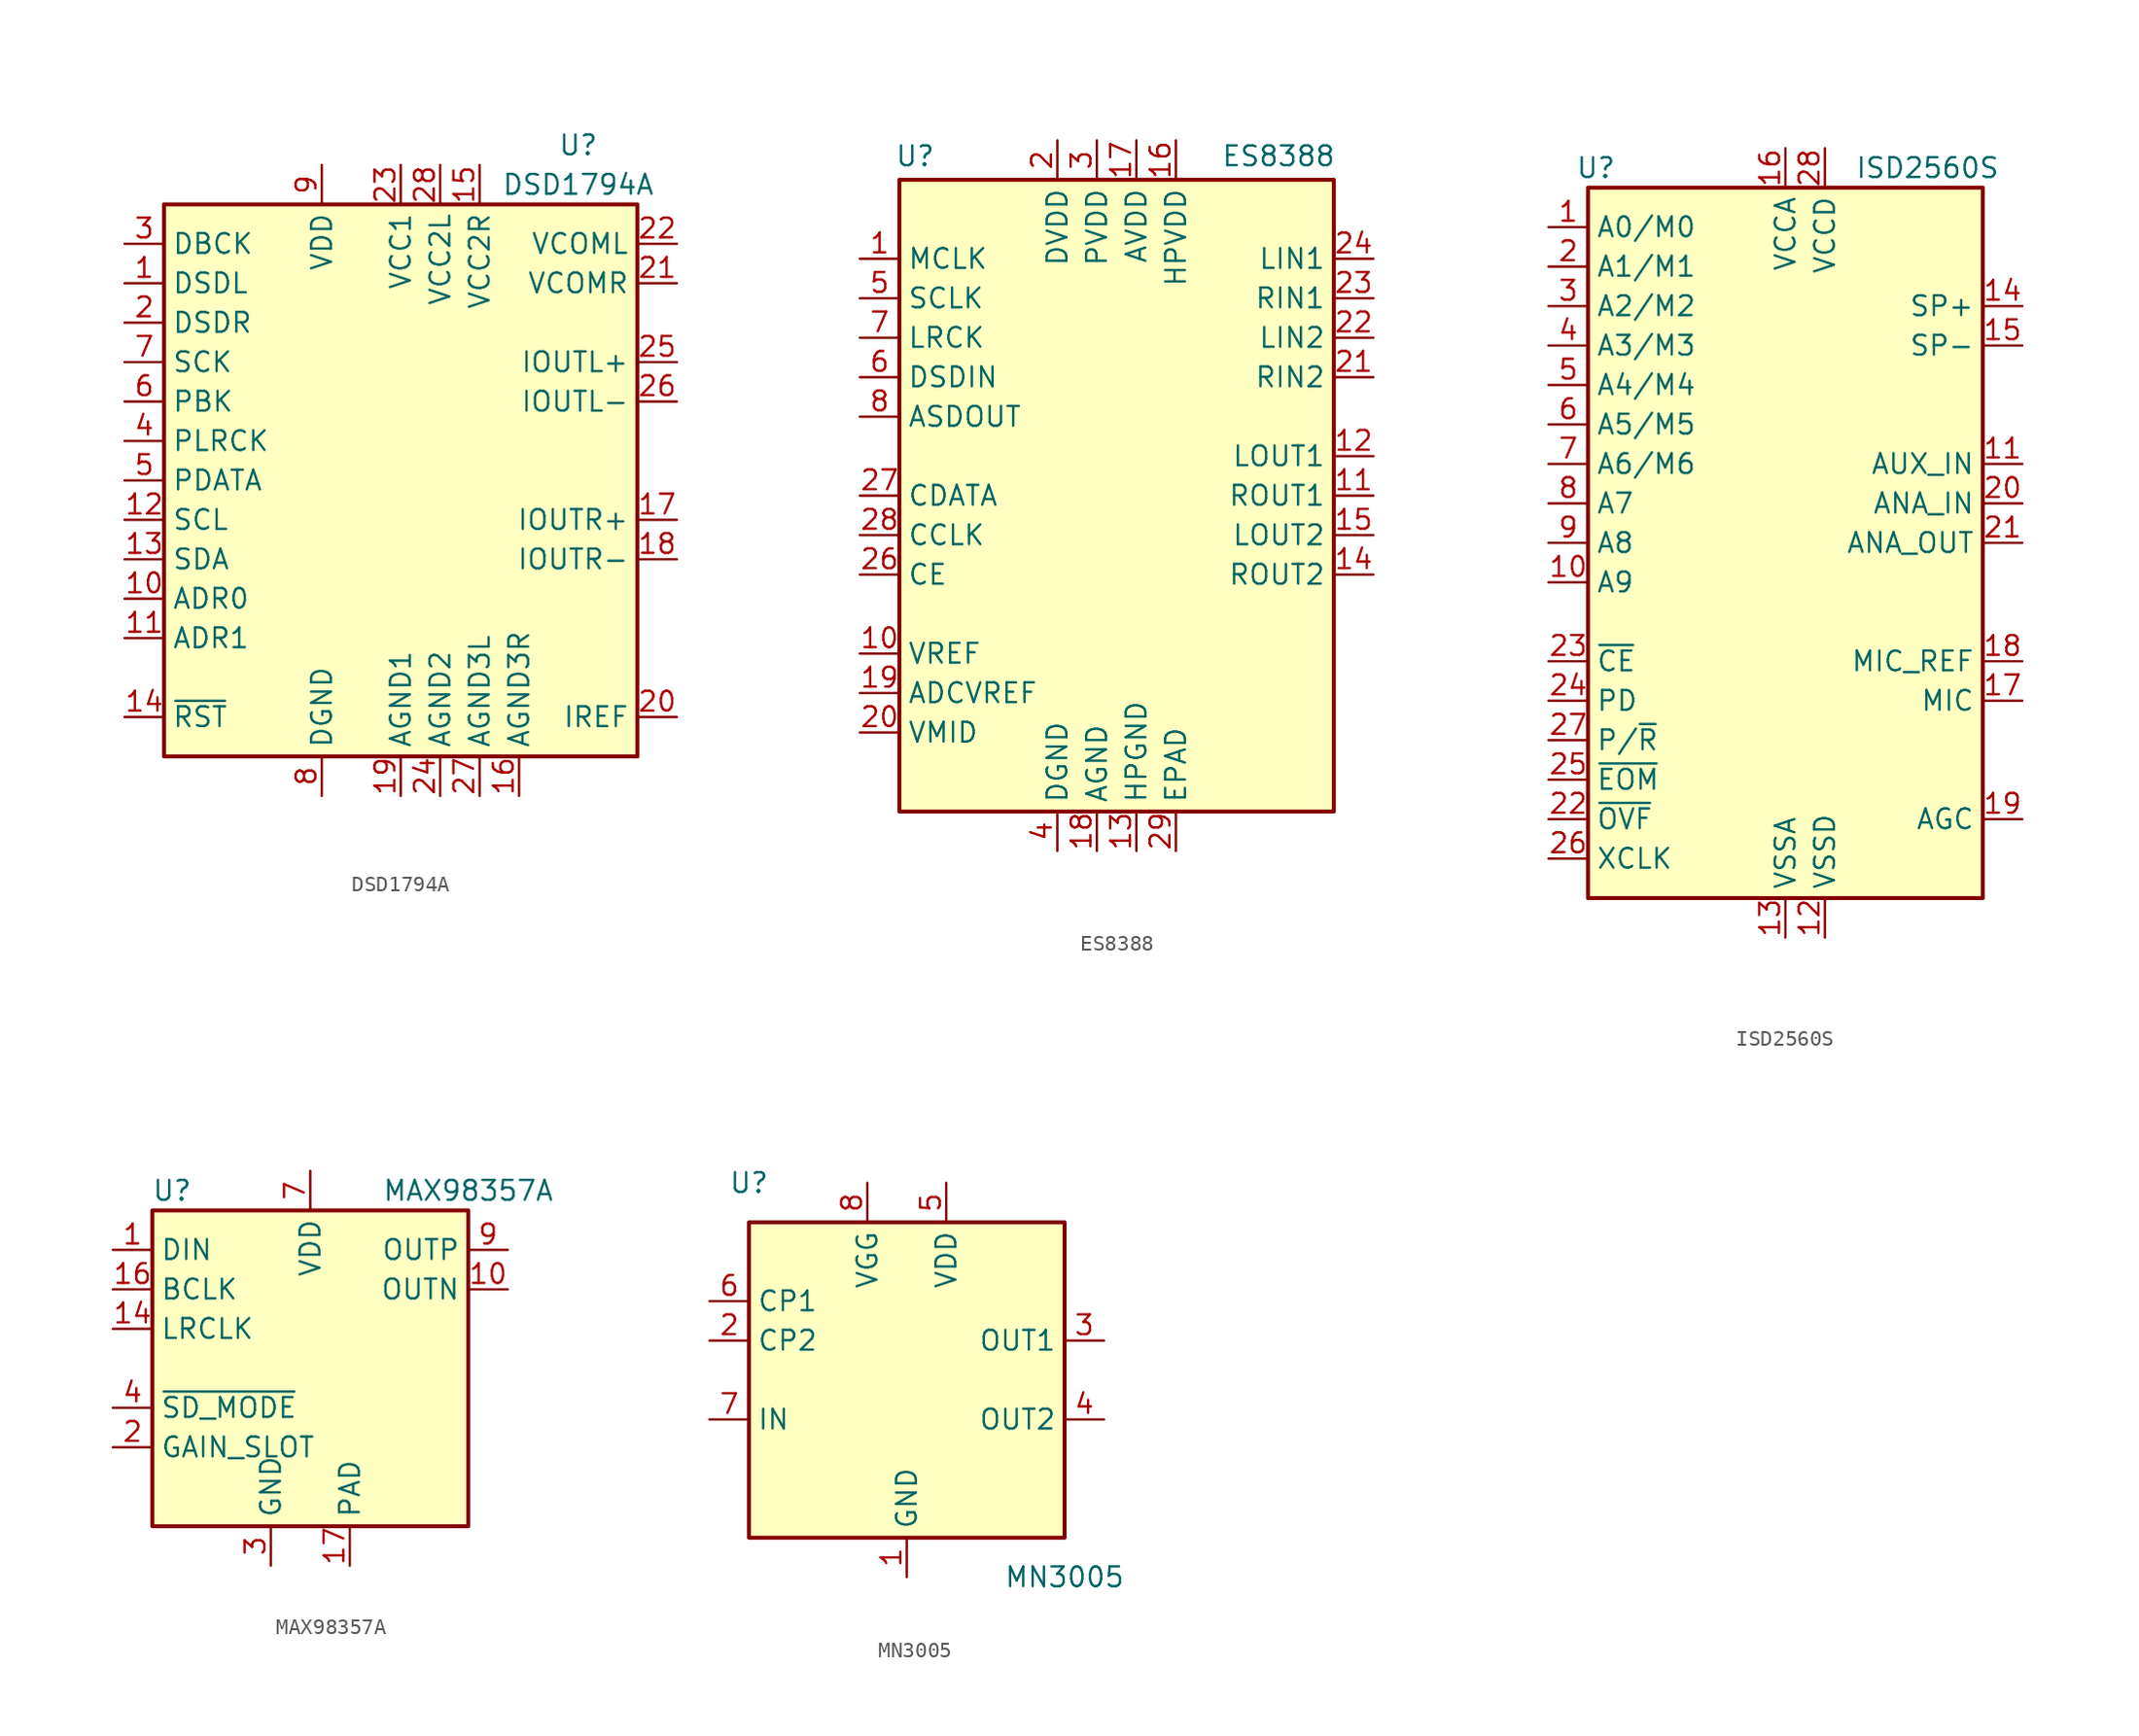
<source format=kicad_sym>
(kicad_symbol_lib
  (version 20241209)
  (generator "kicad_symbol_editor")
  (generator_version "9.0")
  (symbol "DSD1794A"
    (property "Reference" "U"
      (at 11.43 21.59 0)
      (effects (font (size 1.27 1.27))))
    (property "Value" "DSD1794A"
      (at 11.43 19.05 0)
      (effects (font (size 1.27 1.27))))
    (symbol "DSD1794A_0_1"
      (rectangle (start -15.24 17.78) (end 15.24 -17.78) (stroke (width 0.254) (type default)) (fill (type background))))
    (symbol "DSD1794A_1_1"
      (pin input line (at -17.78 15.24 0) (length 2.54) (name "DBCK" (effects (font (size 1.27 1.27)))) (number "3" (effects (font (size 1.27 1.27)))))
      (pin bidirectional line (at -17.78 12.7 0) (length 2.54) (name "DSDL" (effects (font (size 1.27 1.27)))) (number "1" (effects (font (size 1.27 1.27)))))
      (pin bidirectional line (at -17.78 10.16 0) (length 2.54) (name "DSDR" (effects (font (size 1.27 1.27)))) (number "2" (effects (font (size 1.27 1.27)))))
      (pin input line (at -17.78 7.62 0) (length 2.54) (name "SCK" (effects (font (size 1.27 1.27)))) (number "7" (effects (font (size 1.27 1.27)))))
      (pin input line (at -17.78 5.08 0) (length 2.54) (name "PBK" (effects (font (size 1.27 1.27)))) (number "6" (effects (font (size 1.27 1.27)))))
      (pin input line (at -17.78 2.54 0) (length 2.54) (name "PLRCK" (effects (font (size 1.27 1.27)))) (number "4" (effects (font (size 1.27 1.27)))))
      (pin input line (at -17.78 0 0) (length 2.54) (name "PDATA" (effects (font (size 1.27 1.27)))) (number "5" (effects (font (size 1.27 1.27)))))
      (pin input line (at -17.78 -2.54 0) (length 2.54) (name "SCL" (effects (font (size 1.27 1.27)))) (number "12" (effects (font (size 1.27 1.27)))))
      (pin bidirectional line (at -17.78 -5.08 0) (length 2.54) (name "SDA" (effects (font (size 1.27 1.27)))) (number "13" (effects (font (size 1.27 1.27)))))
      (pin input line (at -17.78 -7.62 0) (length 2.54) (name "ADR0" (effects (font (size 1.27 1.27)))) (number "10" (effects (font (size 1.27 1.27)))))
      (pin input line (at -17.78 -10.16 0) (length 2.54) (name "ADR1" (effects (font (size 1.27 1.27)))) (number "11" (effects (font (size 1.27 1.27)))))
      (pin input line (at -17.78 -15.24 0) (length 2.54) (name "~{RST}" (effects (font (size 1.27 1.27)))) (number "14" (effects (font (size 1.27 1.27)))))
      (pin power_in line (at -5.08 20.32 270) (length 2.54) (name "VDD" (effects (font (size 1.27 1.27)))) (number "9" (effects (font (size 1.27 1.27)))))
      (pin power_in line (at -5.08 -20.32 90) (length 2.54) (name "DGND" (effects (font (size 1.27 1.27)))) (number "8" (effects (font (size 1.27 1.27)))))
      (pin power_in line (at 0 20.32 270) (length 2.54) (name "VCC1" (effects (font (size 1.27 1.27)))) (number "23" (effects (font (size 1.27 1.27)))))
      (pin power_in line (at 0 -20.32 90) (length 2.54) (name "AGND1" (effects (font (size 1.27 1.27)))) (number "19" (effects (font (size 1.27 1.27)))))
      (pin power_in line (at 2.54 20.32 270) (length 2.54) (name "VCC2L" (effects (font (size 1.27 1.27)))) (number "28" (effects (font (size 1.27 1.27)))))
      (pin power_in line (at 2.54 -20.32 90) (length 2.54) (name "AGND2" (effects (font (size 1.27 1.27)))) (number "24" (effects (font (size 1.27 1.27)))))
      (pin power_in line (at 5.08 20.32 270) (length 2.54) (name "VCC2R" (effects (font (size 1.27 1.27)))) (number "15" (effects (font (size 1.27 1.27)))))
      (pin power_in line (at 5.08 -20.32 90) (length 2.54) (name "AGND3L" (effects (font (size 1.27 1.27)))) (number "27" (effects (font (size 1.27 1.27)))))
      (pin power_in line (at 7.62 -20.32 90) (length 2.54) (name "AGND3R" (effects (font (size 1.27 1.27)))) (number "16" (effects (font (size 1.27 1.27)))))
      (pin passive line (at 17.78 15.24 180) (length 2.54) (name "VCOML" (effects (font (size 1.27 1.27)))) (number "22" (effects (font (size 1.27 1.27)))))
      (pin output line (at 17.78 12.7 180) (length 2.54) (name "VCOMR" (effects (font (size 1.27 1.27)))) (number "21" (effects (font (size 1.27 1.27)))))
      (pin output line (at 17.78 7.62 180) (length 2.54) (name "IOUTL+" (effects (font (size 1.27 1.27)))) (number "25" (effects (font (size 1.27 1.27)))))
      (pin output line (at 17.78 5.08 180) (length 2.54) (name "IOUTL-" (effects (font (size 1.27 1.27)))) (number "26" (effects (font (size 1.27 1.27)))))
      (pin output line (at 17.78 -2.54 180) (length 2.54) (name "IOUTR+" (effects (font (size 1.27 1.27)))) (number "17" (effects (font (size 1.27 1.27)))))
      (pin output line (at 17.78 -5.08 180) (length 2.54) (name "IOUTR-" (effects (font (size 1.27 1.27)))) (number "18" (effects (font (size 1.27 1.27)))))
      (pin passive line (at 17.78 -15.24 180) (length 2.54) (name "IREF" (effects (font (size 1.27 1.27)))) (number "20" (effects (font (size 1.27 1.27)))))))
  (symbol "ES8388"
    (property "Reference" "U"
      (at -14.224 21.844 0)
      (effects (font (size 1.27 1.27))))
    (property "Value" "ES8388"
      (at 9.144 21.844 0)
      (effects (font (size 1.27 1.27))))
    (symbol "ES8388_1_1"
      (rectangle (start -15.24 20.32) (end 12.7 -20.32) (stroke (width 0.254) (type default)) (fill (type background)))
      (pin input line (at -17.78 15.24 0) (length 2.54) (name "MCLK" (effects (font (size 1.27 1.27)))) (number "1" (effects (font (size 1.27 1.27)))))
      (pin bidirectional line (at -17.78 12.7 0) (length 2.54) (name "SCLK" (effects (font (size 1.27 1.27)))) (number "5" (effects (font (size 1.27 1.27)))))
      (pin bidirectional line (at -17.78 10.16 0) (length 2.54) (name "LRCK" (effects (font (size 1.27 1.27)))) (number "7" (effects (font (size 1.27 1.27)))))
      (pin input line (at -17.78 7.62 0) (length 2.54) (name "DSDIN" (effects (font (size 1.27 1.27)))) (number "6" (effects (font (size 1.27 1.27)))))
      (pin output line (at -17.78 5.08 0) (length 2.54) (name "ASDOUT" (effects (font (size 1.27 1.27)))) (number "8" (effects (font (size 1.27 1.27)))))
      (pin bidirectional line (at -17.78 0 0) (length 2.54) (name "CDATA" (effects (font (size 1.27 1.27)))) (number "27" (effects (font (size 1.27 1.27)))) (alternate "SDA" bidirectional line) (alternate "SPI_DIN" input line))
      (pin input line (at -17.78 -2.54 0) (length 2.54) (name "CCLK" (effects (font (size 1.27 1.27)))) (number "28" (effects (font (size 1.27 1.27)))) (alternate "SCL" input line) (alternate "SPI_CLK" input line))
      (pin input line (at -17.78 -5.08 0) (length 2.54) (name "CE" (effects (font (size 1.27 1.27)))) (number "26" (effects (font (size 1.27 1.27)))) (alternate "AD0" input line) (alternate "~{SPI_CS}" input line))
      (pin input line (at -17.78 -10.16 0) (length 2.54) (name "VREF" (effects (font (size 1.27 1.27)))) (number "10" (effects (font (size 1.27 1.27)))))
      (pin input line (at -17.78 -12.7 0) (length 2.54) (name "ADCVREF" (effects (font (size 1.27 1.27)))) (number "19" (effects (font (size 1.27 1.27)))))
      (pin input line (at -17.78 -15.24 0) (length 2.54) (name "VMID" (effects (font (size 1.27 1.27)))) (number "20" (effects (font (size 1.27 1.27)))))
      (pin power_in line (at -5.08 22.86 270) (length 2.54) (name "DVDD" (effects (font (size 1.27 1.27)))) (number "2" (effects (font (size 1.27 1.27)))))
      (pin power_in line (at -5.08 -22.86 90) (length 2.54) (name "DGND" (effects (font (size 1.27 1.27)))) (number "4" (effects (font (size 1.27 1.27)))))
      (pin power_in line (at -2.54 22.86 270) (length 2.54) (name "PVDD" (effects (font (size 1.27 1.27)))) (number "3" (effects (font (size 1.27 1.27)))))
      (pin power_in line (at -2.54 -22.86 90) (length 2.54) (name "AGND" (effects (font (size 1.27 1.27)))) (number "18" (effects (font (size 1.27 1.27)))))
      (pin power_in line (at 0 22.86 270) (length 2.54) (name "AVDD" (effects (font (size 1.27 1.27)))) (number "17" (effects (font (size 1.27 1.27)))))
      (pin power_in line (at 0 -22.86 90) (length 2.54) (name "HPGND" (effects (font (size 1.27 1.27)))) (number "13" (effects (font (size 1.27 1.27)))))
      (pin power_in line (at 2.54 22.86 270) (length 2.54) (name "HPVDD" (effects (font (size 1.27 1.27)))) (number "16" (effects (font (size 1.27 1.27)))))
      (pin passive line (at 2.54 -22.86 90) (length 2.54) (name "EPAD" (effects (font (size 1.27 1.27)))) (number "29" (effects (font (size 1.27 1.27)))))
      (pin no_connect line (at 12.7 -10.16 180) (length 2.54) (hide yes) (name "NC" (effects (font (size 1.27 1.27)))) (number "9" (effects (font (size 1.27 1.27)))))
      (pin no_connect line (at 12.7 -12.7 180) (length 2.54) (hide yes) (name "NC" (effects (font (size 1.27 1.27)))) (number "25" (effects (font (size 1.27 1.27)))))
      (pin input line (at 15.24 15.24 180) (length 2.54) (name "LIN1" (effects (font (size 1.27 1.27)))) (number "24" (effects (font (size 1.27 1.27)))))
      (pin input line (at 15.24 12.7 180) (length 2.54) (name "RIN1" (effects (font (size 1.27 1.27)))) (number "23" (effects (font (size 1.27 1.27)))))
      (pin input line (at 15.24 10.16 180) (length 2.54) (name "LIN2" (effects (font (size 1.27 1.27)))) (number "22" (effects (font (size 1.27 1.27)))))
      (pin input line (at 15.24 7.62 180) (length 2.54) (name "RIN2" (effects (font (size 1.27 1.27)))) (number "21" (effects (font (size 1.27 1.27)))))
      (pin output line (at 15.24 2.54 180) (length 2.54) (name "LOUT1" (effects (font (size 1.27 1.27)))) (number "12" (effects (font (size 1.27 1.27)))))
      (pin output line (at 15.24 0 180) (length 2.54) (name "ROUT1" (effects (font (size 1.27 1.27)))) (number "11" (effects (font (size 1.27 1.27)))))
      (pin output line (at 15.24 -2.54 180) (length 2.54) (name "LOUT2" (effects (font (size 1.27 1.27)))) (number "15" (effects (font (size 1.27 1.27)))))
      (pin output line (at 15.24 -5.08 180) (length 2.54) (name "ROUT2" (effects (font (size 1.27 1.27)))) (number "14" (effects (font (size 1.27 1.27)))))))
  (symbol "ISD2560S"
    (property "Reference" "U"
      (at -12.192 24.13 0)
      (effects (font (size 1.27 1.27))))
    (property "Value" "ISD2560S"
      (at 9.144 24.13 0)
      (effects (font (size 1.27 1.27))))
    (symbol "ISD2560S_0_1"
      (rectangle (start -12.7 22.86) (end 12.7 -22.86) (stroke (width 0.254) (type default)) (fill (type background))))
    (symbol "ISD2560S_1_1"
      (pin input line (at -15.24 20.32 0) (length 2.54) (name "A0/M0" (effects (font (size 1.27 1.27)))) (number "1" (effects (font (size 1.27 1.27)))))
      (pin input line (at -15.24 17.78 0) (length 2.54) (name "A1/M1" (effects (font (size 1.27 1.27)))) (number "2" (effects (font (size 1.27 1.27)))))
      (pin input line (at -15.24 15.24 0) (length 2.54) (name "A2/M2" (effects (font (size 1.27 1.27)))) (number "3" (effects (font (size 1.27 1.27)))))
      (pin input line (at -15.24 12.7 0) (length 2.54) (name "A3/M3" (effects (font (size 1.27 1.27)))) (number "4" (effects (font (size 1.27 1.27)))))
      (pin input line (at -15.24 10.16 0) (length 2.54) (name "A4/M4" (effects (font (size 1.27 1.27)))) (number "5" (effects (font (size 1.27 1.27)))))
      (pin input line (at -15.24 7.62 0) (length 2.54) (name "A5/M5" (effects (font (size 1.27 1.27)))) (number "6" (effects (font (size 1.27 1.27)))))
      (pin input line (at -15.24 5.08 0) (length 2.54) (name "A6/M6" (effects (font (size 1.27 1.27)))) (number "7" (effects (font (size 1.27 1.27)))))
      (pin input line (at -15.24 2.54 0) (length 2.54) (name "A7" (effects (font (size 1.27 1.27)))) (number "8" (effects (font (size 1.27 1.27)))))
      (pin input line (at -15.24 0 0) (length 2.54) (name "A8" (effects (font (size 1.27 1.27)))) (number "9" (effects (font (size 1.27 1.27)))))
      (pin input line (at -15.24 -2.54 0) (length 2.54) (name "A9" (effects (font (size 1.27 1.27)))) (number "10" (effects (font (size 1.27 1.27)))))
      (pin input line (at -15.24 -7.62 0) (length 2.54) (name "~{CE}" (effects (font (size 1.27 1.27)))) (number "23" (effects (font (size 1.27 1.27)))))
      (pin input line (at -15.24 -10.16 0) (length 2.54) (name "PD" (effects (font (size 1.27 1.27)))) (number "24" (effects (font (size 1.27 1.27)))))
      (pin input line (at -15.24 -12.7 0) (length 2.54) (name "P/~{R}" (effects (font (size 1.27 1.27)))) (number "27" (effects (font (size 1.27 1.27)))))
      (pin output line (at -15.24 -15.24 0) (length 2.54) (name "~{EOM}" (effects (font (size 1.27 1.27)))) (number "25" (effects (font (size 1.27 1.27)))))
      (pin output line (at -15.24 -17.78 0) (length 2.54) (name "~{OVF}" (effects (font (size 1.27 1.27)))) (number "22" (effects (font (size 1.27 1.27)))))
      (pin input line (at -15.24 -20.32 0) (length 2.54) (name "XCLK" (effects (font (size 1.27 1.27)))) (number "26" (effects (font (size 1.27 1.27)))))
      (pin power_in line (at 0 25.4 270) (length 2.54) (name "VCCA" (effects (font (size 1.27 1.27)))) (number "16" (effects (font (size 1.27 1.27)))))
      (pin power_in line (at 0 -25.4 90) (length 2.54) (name "VSSA" (effects (font (size 1.27 1.27)))) (number "13" (effects (font (size 1.27 1.27)))))
      (pin power_in line (at 2.54 25.4 270) (length 2.54) (name "VCCD" (effects (font (size 1.27 1.27)))) (number "28" (effects (font (size 1.27 1.27)))))
      (pin power_in line (at 2.54 -25.4 90) (length 2.54) (name "VSSD" (effects (font (size 1.27 1.27)))) (number "12" (effects (font (size 1.27 1.27)))))
      (pin output line (at 15.24 15.24 180) (length 2.54) (name "SP+" (effects (font (size 1.27 1.27)))) (number "14" (effects (font (size 1.27 1.27)))))
      (pin output line (at 15.24 12.7 180) (length 2.54) (name "SP-" (effects (font (size 1.27 1.27)))) (number "15" (effects (font (size 1.27 1.27)))))
      (pin input line (at 15.24 5.08 180) (length 2.54) (name "AUX_IN" (effects (font (size 1.27 1.27)))) (number "11" (effects (font (size 1.27 1.27)))))
      (pin input line (at 15.24 2.54 180) (length 2.54) (name "ANA_IN" (effects (font (size 1.27 1.27)))) (number "20" (effects (font (size 1.27 1.27)))))
      (pin output line (at 15.24 0 180) (length 2.54) (name "ANA_OUT" (effects (font (size 1.27 1.27)))) (number "21" (effects (font (size 1.27 1.27)))))
      (pin passive line (at 15.24 -7.62 180) (length 2.54) (name "MIC_REF" (effects (font (size 1.27 1.27)))) (number "18" (effects (font (size 1.27 1.27)))))
      (pin input line (at 15.24 -10.16 180) (length 2.54) (name "MIC" (effects (font (size 1.27 1.27)))) (number "17" (effects (font (size 1.27 1.27)))))
      (pin passive line (at 15.24 -17.78 180) (length 2.54) (name "AGC" (effects (font (size 1.27 1.27)))) (number "19" (effects (font (size 1.27 1.27)))))))
  (symbol "MAX98357A"
    (property "Reference" "U"
      (at -8.89 11.43 0)
      (effects (font (size 1.27 1.27))))
    (property "Value" "MAX98357A"
      (at 10.16 11.43 0)
      (effects (font (size 1.27 1.27))))
    (symbol "MAX98357A_1_1"
      (rectangle (start -10.16 10.16) (end 10.16 -10.16) (stroke (width 0.254) (type default)) (fill (type background)))
      (pin input line (at -12.7 7.62 0) (length 2.54) (name "DIN" (effects (font (size 1.27 1.27)))) (number "1" (effects (font (size 1.27 1.27)))))
      (pin input line (at -12.7 5.08 0) (length 2.54) (name "BCLK" (effects (font (size 1.27 1.27)))) (number "16" (effects (font (size 1.27 1.27)))))
      (pin input line (at -12.7 2.54 0) (length 2.54) (name "LRCLK" (effects (font (size 1.27 1.27)))) (number "14" (effects (font (size 1.27 1.27)))))
      (pin input line (at -12.7 -2.54 0) (length 2.54) (name "~{SD_MODE}" (effects (font (size 1.27 1.27)))) (number "4" (effects (font (size 1.27 1.27)))))
      (pin passive line (at -12.7 -5.08 0) (length 2.54) (name "GAIN_SLOT" (effects (font (size 1.27 1.27)))) (number "2" (effects (font (size 1.27 1.27)))))
      (pin passive line (at -2.54 -12.7 90) (length 2.54) (hide yes) (name "GND" (effects (font (size 1.27 1.27)))) (number "11" (effects (font (size 1.27 1.27)))))
      (pin passive line (at -2.54 -12.7 90) (length 2.54) (hide yes) (name "GND" (effects (font (size 1.27 1.27)))) (number "15" (effects (font (size 1.27 1.27)))))
      (pin power_in line (at -2.54 -12.7 90) (length 2.54) (name "GND" (effects (font (size 1.27 1.27)))) (number "3" (effects (font (size 1.27 1.27)))))
      (pin power_in line (at 0 12.7 270) (length 2.54) (name "VDD" (effects (font (size 1.27 1.27)))) (number "7" (effects (font (size 1.27 1.27)))))
      (pin passive line (at 0 12.7 270) (length 2.54) (hide yes) (name "VDD" (effects (font (size 1.27 1.27)))) (number "8" (effects (font (size 1.27 1.27)))))
      (pin unspecified line (at 2.54 -12.7 90) (length 2.54) (name "PAD" (effects (font (size 1.27 1.27)))) (number "17" (effects (font (size 1.27 1.27)))))
      (pin no_connect line (at 10.16 2.54 180) (length 2.54) (hide yes) (name "NC" (effects (font (size 1.27 1.27)))) (number "5" (effects (font (size 1.27 1.27)))))
      (pin no_connect line (at 10.16 0 180) (length 2.54) (hide yes) (name "NC" (effects (font (size 1.27 1.27)))) (number "6" (effects (font (size 1.27 1.27)))))
      (pin no_connect line (at 10.16 -5.08 180) (length 2.54) (hide yes) (name "NC" (effects (font (size 1.27 1.27)))) (number "12" (effects (font (size 1.27 1.27)))))
      (pin no_connect line (at 10.16 -7.62 180) (length 2.54) (hide yes) (name "NC" (effects (font (size 1.27 1.27)))) (number "13" (effects (font (size 1.27 1.27)))))
      (pin output line (at 12.7 7.62 180) (length 2.54) (name "OUTP" (effects (font (size 1.27 1.27)))) (number "9" (effects (font (size 1.27 1.27)))))
      (pin output line (at 12.7 5.08 180) (length 2.54) (name "OUTN" (effects (font (size 1.27 1.27)))) (number "10" (effects (font (size 1.27 1.27)))))))
  (symbol "MN3005"
    (property "Reference" "U"
      (at -10.16 12.7 0)
      (effects (font (size 1.27 1.27))))
    (property "Value" "MN3005"
      (at 10.16 -12.7 0)
      (effects (font (size 1.27 1.27))))
    (symbol "MN3005_0_1"
      (rectangle (start -10.16 10.16) (end 10.16 -10.16) (stroke (width 0.254) (type default)) (fill (type background))))
    (symbol "MN3005_1_1"
      (pin input line (at -12.7 5.08 0) (length 2.54) (name "CP1" (effects (font (size 1.27 1.27)))) (number "6" (effects (font (size 1.27 1.27)))))
      (pin input line (at -12.7 2.54 0) (length 2.54) (name "CP2" (effects (font (size 1.27 1.27)))) (number "2" (effects (font (size 1.27 1.27)))))
      (pin input line (at -12.7 -2.54 0) (length 2.54) (name "IN" (effects (font (size 1.27 1.27)))) (number "7" (effects (font (size 1.27 1.27)))))
      (pin power_in line (at -2.54 12.7 270) (length 2.54) (name "VGG" (effects (font (size 1.27 1.27)))) (number "8" (effects (font (size 1.27 1.27)))))
      (pin power_in line (at 0 -12.7 90) (length 2.54) (name "GND" (effects (font (size 1.27 1.27)))) (number "1" (effects (font (size 1.27 1.27)))))
      (pin power_in line (at 2.54 12.7 270) (length 2.54) (name "VDD" (effects (font (size 1.27 1.27)))) (number "5" (effects (font (size 1.27 1.27)))))
      (pin output line (at 12.7 2.54 180) (length 2.54) (name "OUT1" (effects (font (size 1.27 1.27)))) (number "3" (effects (font (size 1.27 1.27)))))
      (pin output line (at 12.7 -2.54 180) (length 2.54) (name "OUT2" (effects (font (size 1.27 1.27)))) (number "4" (effects (font (size 1.27 1.27))))))))
</source>
